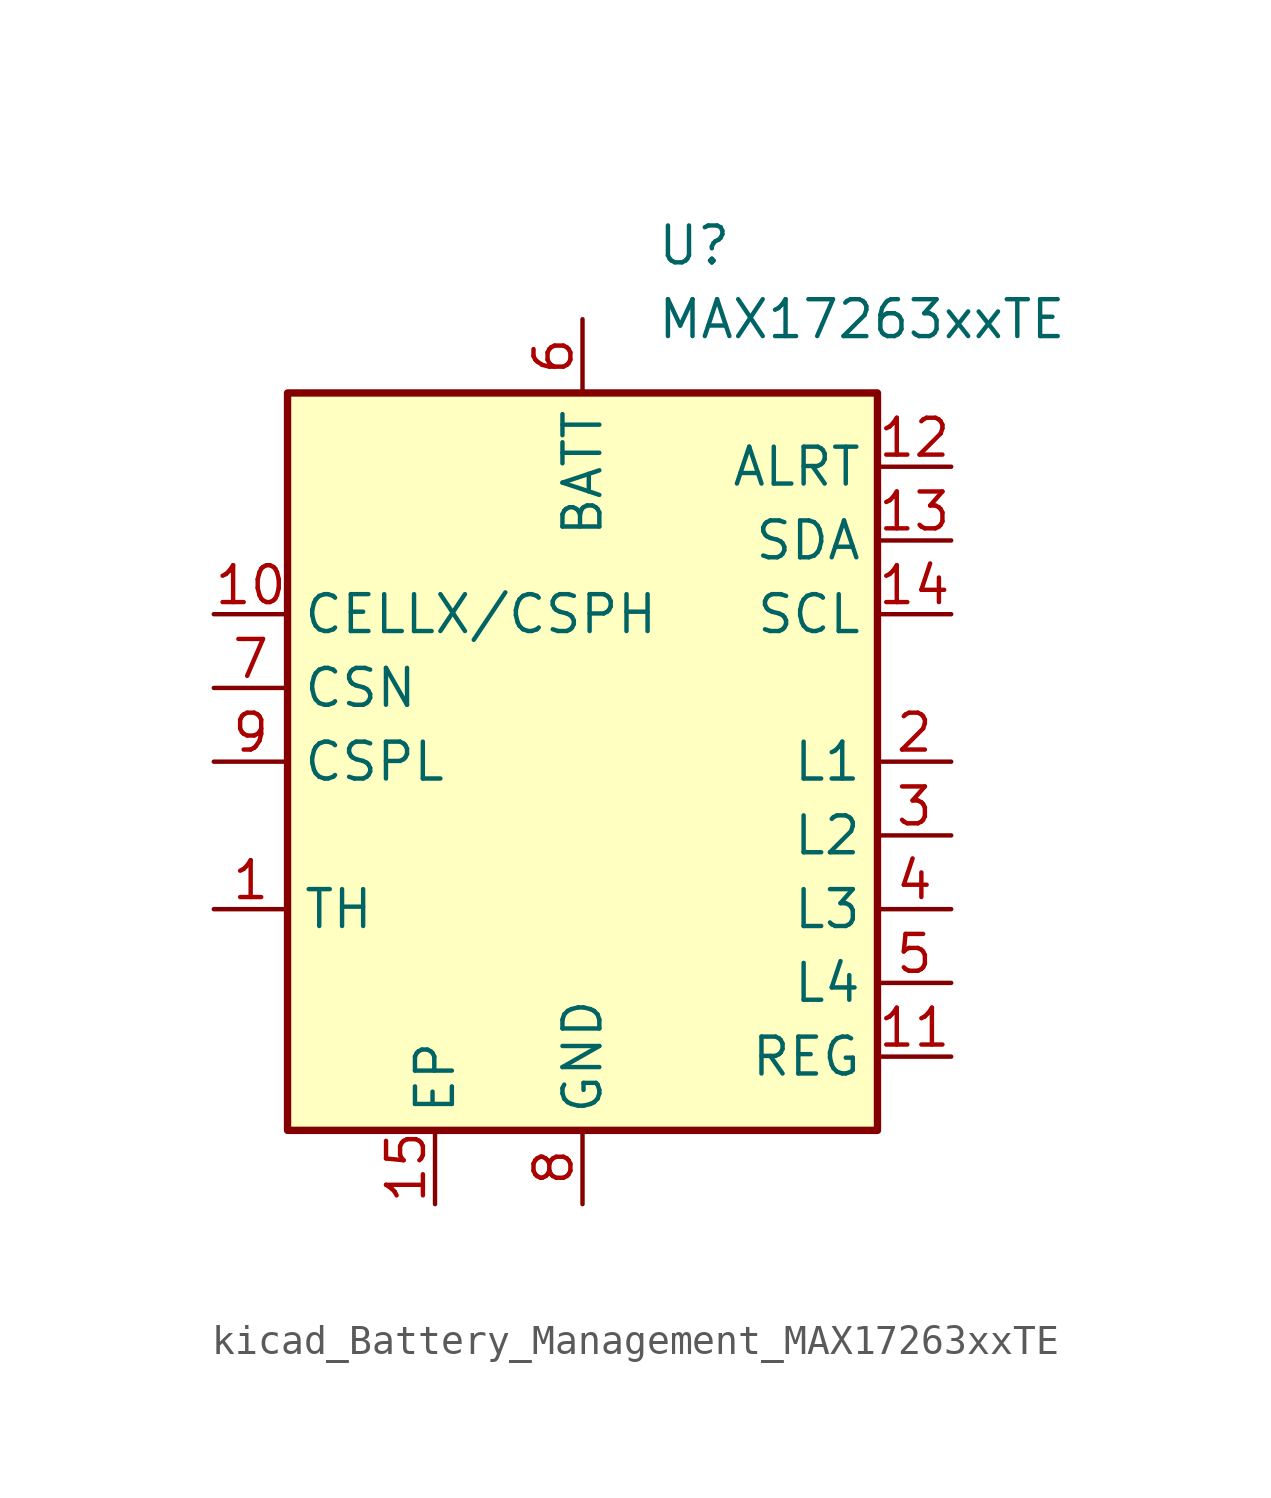
<source format=kicad_sym>
(kicad_symbol_lib
  (version 20220914)
  (generator kicad_symbol_editor)
  (symbol "kicad_Battery_Management_MAX17263xxTE"
    (property "Reference" "U"
      (at 2.54 17.78 0)
      (effects (font (size 1.27 1.27)) (justify left)))
    (property "Value" "MAX17263xxTE"
      (at 2.54 15.24 0)
      (effects (font (size 1.27 1.27)) (justify left)))
    (symbol "kicad_Battery_Management_MAX17263xxTE_0_1"
      (rectangle (start -10.16 12.7) (end 10.16 -12.7) (stroke (width 0.254) (type default)) (fill (type background))))
    (symbol "kicad_Battery_Management_MAX17263xxTE_1_1"
      (pin passive line (at -12.7 -5.08 0) (length 2.54) (name "TH" (effects (font (size 1.27 1.27)))) (number "1" (effects (font (size 1.27 1.27)))))
      (pin input line (at -12.7 5.08 0) (length 2.54) (name "CELLX/CSPH" (effects (font (size 1.27 1.27)))) (number "10" (effects (font (size 1.27 1.27)))))
      (pin power_out line (at 12.7 -10.16 180) (length 2.54) (name "REG" (effects (font (size 1.27 1.27)))) (number "11" (effects (font (size 1.27 1.27)))))
      (pin open_collector line (at 12.7 10.16 180) (length 2.54) (name "ALRT" (effects (font (size 1.27 1.27)))) (number "12" (effects (font (size 1.27 1.27)))))
      (pin bidirectional line (at 12.7 7.62 180) (length 2.54) (name "SDA" (effects (font (size 1.27 1.27)))) (number "13" (effects (font (size 1.27 1.27)))))
      (pin input line (at 12.7 5.08 180) (length 2.54) (name "SCL" (effects (font (size 1.27 1.27)))) (number "14" (effects (font (size 1.27 1.27)))))
      (pin passive line (at -5.08 -15.24 90) (length 2.54) (name "EP" (effects (font (size 1.27 1.27)))) (number "15" (effects (font (size 1.27 1.27)))))
      (pin bidirectional line (at 12.7 0 180) (length 2.54) (name "L1" (effects (font (size 1.27 1.27)))) (number "2" (effects (font (size 1.27 1.27)))))
      (pin output line (at 12.7 -2.54 180) (length 2.54) (name "L2" (effects (font (size 1.27 1.27)))) (number "3" (effects (font (size 1.27 1.27)))))
      (pin output line (at 12.7 -5.08 180) (length 2.54) (name "L3" (effects (font (size 1.27 1.27)))) (number "4" (effects (font (size 1.27 1.27)))))
      (pin output line (at 12.7 -7.62 180) (length 2.54) (name "L4" (effects (font (size 1.27 1.27)))) (number "5" (effects (font (size 1.27 1.27)))))
      (pin power_in line (at 0 15.24 270) (length 2.54) (name "BATT" (effects (font (size 1.27 1.27)))) (number "6" (effects (font (size 1.27 1.27)))))
      (pin input line (at -12.7 2.54 0) (length 2.54) (name "CSN" (effects (font (size 1.27 1.27)))) (number "7" (effects (font (size 1.27 1.27)))))
      (pin power_in line (at 0 -15.24 90) (length 2.54) (name "GND" (effects (font (size 1.27 1.27)))) (number "8" (effects (font (size 1.27 1.27)))))
      (pin input line (at -12.7 0 0) (length 2.54) (name "CSPL" (effects (font (size 1.27 1.27)))) (number "9" (effects (font (size 1.27 1.27))))))))
</source>
